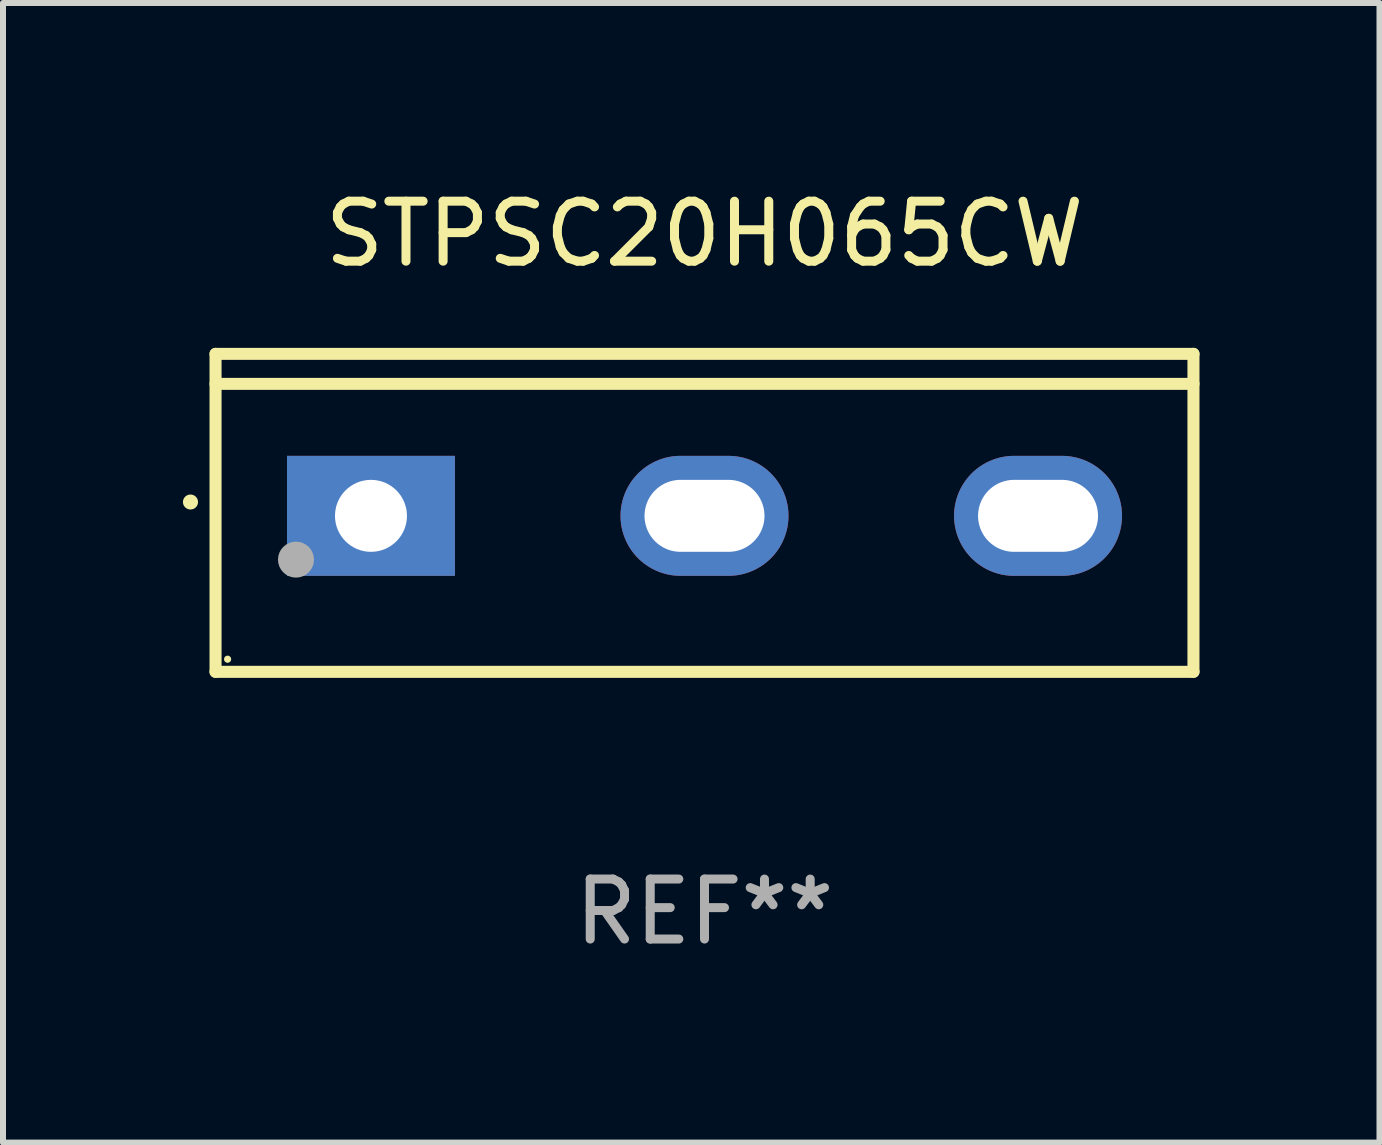
<source format=kicad_pcb>
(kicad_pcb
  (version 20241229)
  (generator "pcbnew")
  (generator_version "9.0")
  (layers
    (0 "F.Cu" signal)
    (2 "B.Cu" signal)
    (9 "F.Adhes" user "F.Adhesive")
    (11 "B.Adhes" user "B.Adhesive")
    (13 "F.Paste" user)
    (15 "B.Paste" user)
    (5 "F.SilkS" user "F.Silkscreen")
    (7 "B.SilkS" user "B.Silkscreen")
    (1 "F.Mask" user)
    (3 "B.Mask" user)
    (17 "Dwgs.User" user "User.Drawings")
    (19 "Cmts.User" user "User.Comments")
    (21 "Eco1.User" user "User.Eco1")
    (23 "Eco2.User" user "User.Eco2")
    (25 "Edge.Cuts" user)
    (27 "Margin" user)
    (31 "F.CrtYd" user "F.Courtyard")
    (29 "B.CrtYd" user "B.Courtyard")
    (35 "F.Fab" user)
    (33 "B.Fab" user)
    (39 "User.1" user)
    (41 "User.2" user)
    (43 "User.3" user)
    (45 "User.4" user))
  (footprint "STPSC20H065CW"
    (layer "F.Cu")
    (at 8.694 5.499)
    (property "Reference" "STPSC20H065CW" (at 0 -4.65 0) (layer "F.SilkS") (effects (font (size 1 1) (thickness 0.15))))
    (attr through_hole)
    (fp_line (start -8.151 -2.65) (end -8.151 2.65) (stroke (width 0.201) (type solid)) (layer "F.SilkS"))
    (fp_line (start 8.151 -2.65) (end -8.151 -2.65) (stroke (width 0.201) (type solid)) (layer "F.SilkS"))
    (fp_line (start 8.151 -2.15) (end -8.151 -2.15) (stroke (width 0.201) (type solid)) (layer "F.SilkS"))
    (fp_line (start 8.151 2.65) (end -8.151 2.65) (stroke (width 0.201) (type solid)) (layer "F.SilkS"))
    (fp_line (start 8.151 2.65) (end 8.151 -2.65) (stroke (width 0.201) (type solid)) (layer "F.SilkS"))
    (fp_arc (start -8.570003 -0.18048) (mid -8.568733 -0.180486) (end -8.567463 -0.18048) (stroke (width 0.24892) (type solid)) (layer "F.SilkS"))
    (fp_circle (center -7.95 2.44) (end -7.92 2.44) (stroke (width 0.06) (type solid)) (fill no) (layer "F.SilkS"))
    (fp_circle (center -6.81 0.78) (end -6.66 0.78) (stroke (width 0.3) (type solid)) (fill no) (layer "F.Fab"))
    (fp_text user "REF**" (at 0 6.65 0) (layer "F.Fab") (effects (font (size 1 1) (thickness 0.15))))
    (pad "1" thru_hole rect (at -5.56 0.05 90) (size 2 2.8) (drill 1.2) (layers "*.Cu" "*.Mask"))
    (pad "2" thru_hole oval (at 0 0.05 90) (size 2 2.8) (drill oval 1.2 2) (layers "*.Cu" "*.Mask"))
    (pad "3" thru_hole oval (at 5.56 0.05 90) (size 2 2.8) (drill oval 1.2 2) (layers "*.Cu" "*.Mask")))
  (gr_rect
    (start -3 -3)
    (end 19.946 15.997)
    (stroke (width 0.1) (type default))
    (fill no)
    (layer "Edge.Cuts")))
</source>
